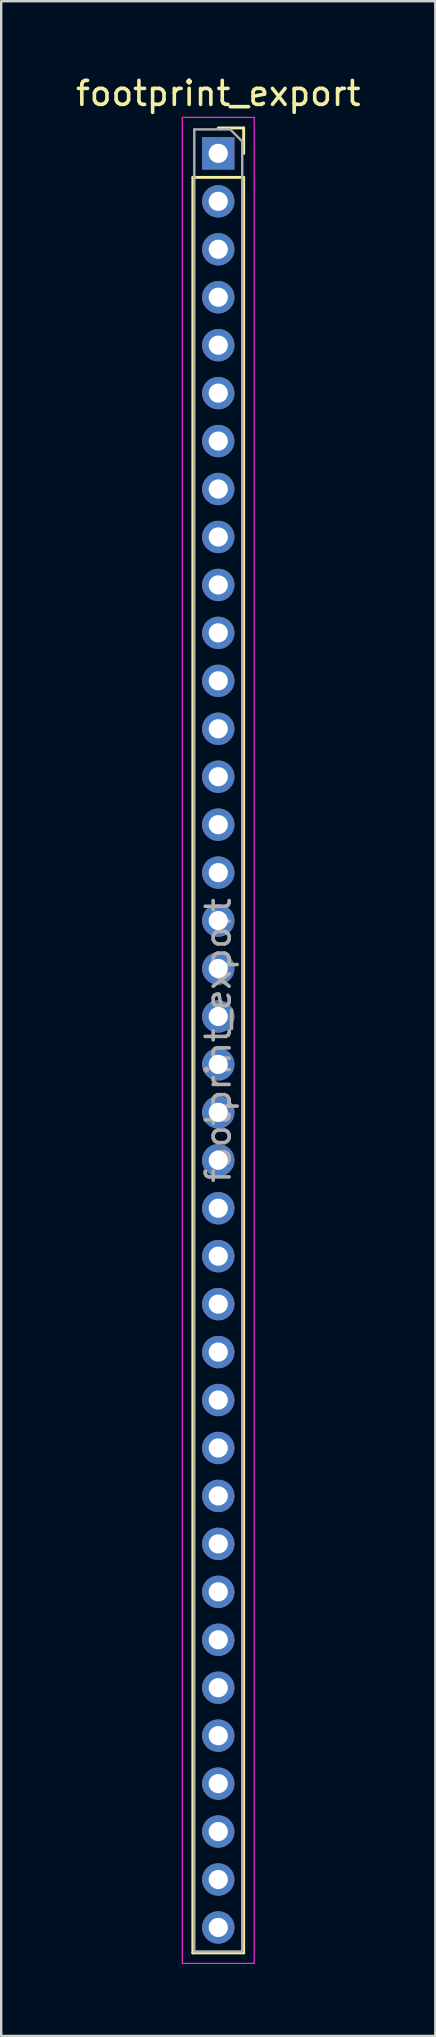
<source format=kicad_pcb>
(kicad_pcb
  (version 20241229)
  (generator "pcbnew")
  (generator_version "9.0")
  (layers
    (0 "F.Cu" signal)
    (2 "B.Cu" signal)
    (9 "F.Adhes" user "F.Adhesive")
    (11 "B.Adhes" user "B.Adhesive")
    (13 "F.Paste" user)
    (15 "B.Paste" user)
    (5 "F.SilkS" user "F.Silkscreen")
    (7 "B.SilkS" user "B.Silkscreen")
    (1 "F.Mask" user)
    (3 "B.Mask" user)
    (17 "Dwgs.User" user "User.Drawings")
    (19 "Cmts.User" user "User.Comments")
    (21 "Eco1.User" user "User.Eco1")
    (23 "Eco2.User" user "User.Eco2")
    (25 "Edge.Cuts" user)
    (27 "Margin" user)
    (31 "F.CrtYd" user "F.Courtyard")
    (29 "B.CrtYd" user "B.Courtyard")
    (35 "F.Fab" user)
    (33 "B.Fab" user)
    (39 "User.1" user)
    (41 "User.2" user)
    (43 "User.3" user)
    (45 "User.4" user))
  (footprint "footprint_export"
    (layer "F.Cu")
    (at 6.054 3.348)
    (property "Reference" "footprint_export" (at 0 -2.5 0) (layer "F.SilkS") (effects (font (size 1 1) (thickness 0.15))))
    (attr through_hole)
    (fp_line (start -1.06 1) (end -1.06 75.06) (stroke (width 0.12) (type solid)) (layer "F.SilkS"))
    (fp_line (start -1.06 1) (end 1.06 1) (stroke (width 0.12) (type solid)) (layer "F.SilkS"))
    (fp_line (start -1.06 75.06) (end 1.06 75.06) (stroke (width 0.12) (type solid)) (layer "F.SilkS"))
    (fp_line (start 0 -1.06) (end 1.06 -1.06) (stroke (width 0.12) (type solid)) (layer "F.SilkS"))
    (fp_line (start 1.06 -1.06) (end 1.06 0) (stroke (width 0.12) (type solid)) (layer "F.SilkS"))
    (fp_line (start 1.06 1) (end 1.06 75.06) (stroke (width 0.12) (type solid)) (layer "F.SilkS"))
    (fp_line (start -1.5 -1.5) (end 1.5 -1.5) (stroke (width 0.05) (type solid)) (layer "F.CrtYd"))
    (fp_line (start -1.5 75.5) (end -1.5 -1.5) (stroke (width 0.05) (type solid)) (layer "F.CrtYd"))
    (fp_line (start 1.5 -1.5) (end 1.5 75.5) (stroke (width 0.05) (type solid)) (layer "F.CrtYd"))
    (fp_line (start 1.5 75.5) (end -1.5 75.5) (stroke (width 0.05) (type solid)) (layer "F.CrtYd"))
    (fp_line (start -1 -1) (end 0.5 -1) (stroke (width 0.1) (type solid)) (layer "F.Fab"))
    (fp_line (start -1 75) (end -1 -1) (stroke (width 0.1) (type solid)) (layer "F.Fab"))
    (fp_line (start 0.5 -1) (end 1 -0.5) (stroke (width 0.1) (type solid)) (layer "F.Fab"))
    (fp_line (start 1 -0.5) (end 1 75) (stroke (width 0.1) (type solid)) (layer "F.Fab"))
    (fp_line (start 1 75) (end -1 75) (stroke (width 0.1) (type solid)) (layer "F.Fab"))
    (fp_text user "${REFERENCE}" (at 0 37 90) (layer "F.Fab") (effects (font (size 1 1) (thickness 0.15))))
    (pad "1" thru_hole rect (at 0 0) (size 1.35 1.35) (drill 0.8) (layers "*.Cu" "*.Mask"))
    (pad "2" thru_hole oval (at 0 2) (size 1.35 1.35) (drill 0.8) (layers "*.Cu" "*.Mask"))
    (pad "3" thru_hole oval (at 0 4) (size 1.35 1.35) (drill 0.8) (layers "*.Cu" "*.Mask"))
    (pad "4" thru_hole oval (at 0 6) (size 1.35 1.35) (drill 0.8) (layers "*.Cu" "*.Mask"))
    (pad "5" thru_hole oval (at 0 8) (size 1.35 1.35) (drill 0.8) (layers "*.Cu" "*.Mask"))
    (pad "6" thru_hole oval (at 0 10) (size 1.35 1.35) (drill 0.8) (layers "*.Cu" "*.Mask"))
    (pad "7" thru_hole oval (at 0 12) (size 1.35 1.35) (drill 0.8) (layers "*.Cu" "*.Mask"))
    (pad "8" thru_hole oval (at 0 14) (size 1.35 1.35) (drill 0.8) (layers "*.Cu" "*.Mask"))
    (pad "9" thru_hole oval (at 0 16) (size 1.35 1.35) (drill 0.8) (layers "*.Cu" "*.Mask"))
    (pad "10" thru_hole oval (at 0 18) (size 1.35 1.35) (drill 0.8) (layers "*.Cu" "*.Mask"))
    (pad "11" thru_hole oval (at 0 20) (size 1.35 1.35) (drill 0.8) (layers "*.Cu" "*.Mask"))
    (pad "12" thru_hole oval (at 0 22) (size 1.35 1.35) (drill 0.8) (layers "*.Cu" "*.Mask"))
    (pad "13" thru_hole oval (at 0 24) (size 1.35 1.35) (drill 0.8) (layers "*.Cu" "*.Mask"))
    (pad "14" thru_hole oval (at 0 26) (size 1.35 1.35) (drill 0.8) (layers "*.Cu" "*.Mask"))
    (pad "15" thru_hole oval (at 0 28) (size 1.35 1.35) (drill 0.8) (layers "*.Cu" "*.Mask"))
    (pad "16" thru_hole oval (at 0 30) (size 1.35 1.35) (drill 0.8) (layers "*.Cu" "*.Mask"))
    (pad "17" thru_hole oval (at 0 32) (size 1.35 1.35) (drill 0.8) (layers "*.Cu" "*.Mask"))
    (pad "18" thru_hole oval (at 0 34) (size 1.35 1.35) (drill 0.8) (layers "*.Cu" "*.Mask"))
    (pad "19" thru_hole oval (at 0 36) (size 1.35 1.35) (drill 0.8) (layers "*.Cu" "*.Mask"))
    (pad "20" thru_hole oval (at 0 38) (size 1.35 1.35) (drill 0.8) (layers "*.Cu" "*.Mask"))
    (pad "21" thru_hole oval (at 0 40) (size 1.35 1.35) (drill 0.8) (layers "*.Cu" "*.Mask"))
    (pad "22" thru_hole oval (at 0 42) (size 1.35 1.35) (drill 0.8) (layers "*.Cu" "*.Mask"))
    (pad "23" thru_hole oval (at 0 44) (size 1.35 1.35) (drill 0.8) (layers "*.Cu" "*.Mask"))
    (pad "24" thru_hole oval (at 0 46) (size 1.35 1.35) (drill 0.8) (layers "*.Cu" "*.Mask"))
    (pad "25" thru_hole oval (at 0 48) (size 1.35 1.35) (drill 0.8) (layers "*.Cu" "*.Mask"))
    (pad "26" thru_hole oval (at 0 50) (size 1.35 1.35) (drill 0.8) (layers "*.Cu" "*.Mask"))
    (pad "27" thru_hole oval (at 0 52) (size 1.35 1.35) (drill 0.8) (layers "*.Cu" "*.Mask"))
    (pad "28" thru_hole oval (at 0 54) (size 1.35 1.35) (drill 0.8) (layers "*.Cu" "*.Mask"))
    (pad "29" thru_hole oval (at 0 56) (size 1.35 1.35) (drill 0.8) (layers "*.Cu" "*.Mask"))
    (pad "30" thru_hole oval (at 0 58) (size 1.35 1.35) (drill 0.8) (layers "*.Cu" "*.Mask"))
    (pad "31" thru_hole oval (at 0 60) (size 1.35 1.35) (drill 0.8) (layers "*.Cu" "*.Mask"))
    (pad "32" thru_hole oval (at 0 62) (size 1.35 1.35) (drill 0.8) (layers "*.Cu" "*.Mask"))
    (pad "33" thru_hole oval (at 0 64) (size 1.35 1.35) (drill 0.8) (layers "*.Cu" "*.Mask"))
    (pad "34" thru_hole oval (at 0 66) (size 1.35 1.35) (drill 0.8) (layers "*.Cu" "*.Mask"))
    (pad "35" thru_hole oval (at 0 68) (size 1.35 1.35) (drill 0.8) (layers "*.Cu" "*.Mask"))
    (pad "36" thru_hole oval (at 0 70) (size 1.35 1.35) (drill 0.8) (layers "*.Cu" "*.Mask"))
    (pad "37" thru_hole oval (at 0 72) (size 1.35 1.35) (drill 0.8) (layers "*.Cu" "*.Mask"))
    (pad "38" thru_hole oval (at 0 74) (size 1.35 1.35) (drill 0.8) (layers "*.Cu" "*.Mask")))
  (gr_rect
    (start -3 -3)
    (end 15.107 81.873)
    (stroke (width 0.1) (type default))
    (fill no)
    (layer "Edge.Cuts")))
</source>
